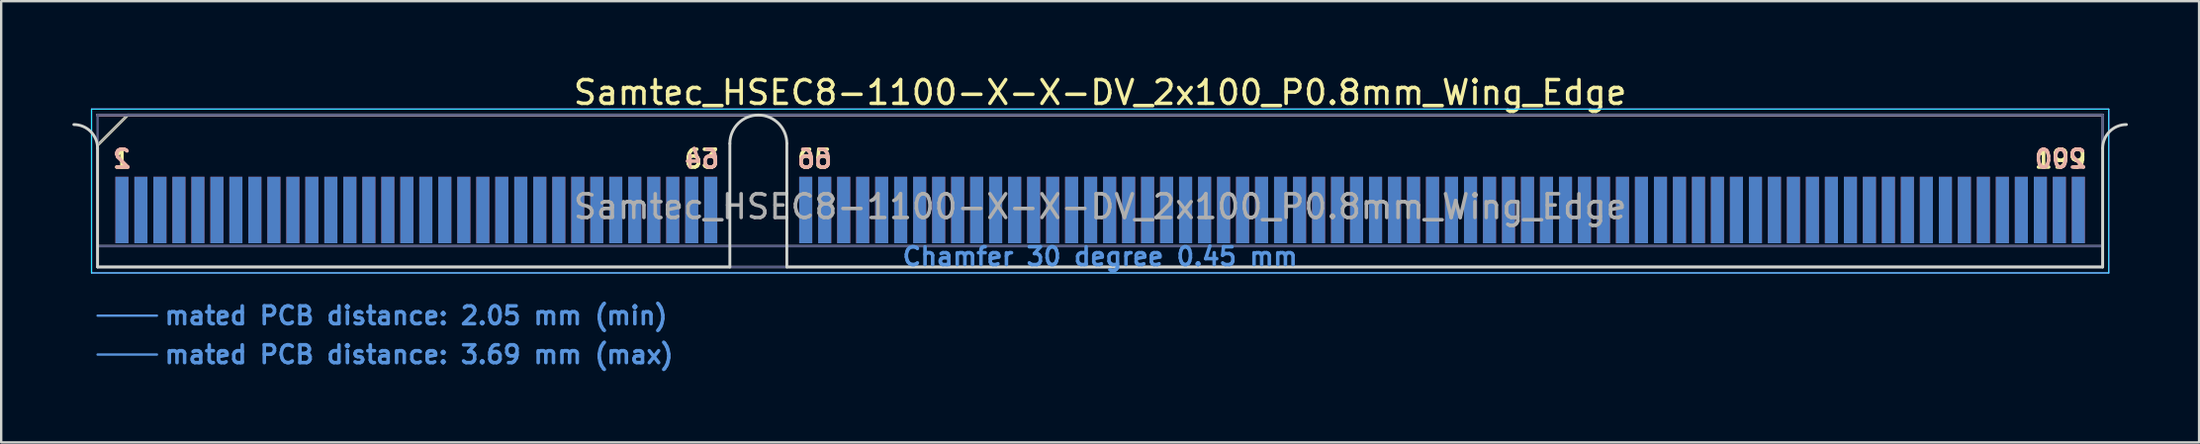
<source format=kicad_pcb>
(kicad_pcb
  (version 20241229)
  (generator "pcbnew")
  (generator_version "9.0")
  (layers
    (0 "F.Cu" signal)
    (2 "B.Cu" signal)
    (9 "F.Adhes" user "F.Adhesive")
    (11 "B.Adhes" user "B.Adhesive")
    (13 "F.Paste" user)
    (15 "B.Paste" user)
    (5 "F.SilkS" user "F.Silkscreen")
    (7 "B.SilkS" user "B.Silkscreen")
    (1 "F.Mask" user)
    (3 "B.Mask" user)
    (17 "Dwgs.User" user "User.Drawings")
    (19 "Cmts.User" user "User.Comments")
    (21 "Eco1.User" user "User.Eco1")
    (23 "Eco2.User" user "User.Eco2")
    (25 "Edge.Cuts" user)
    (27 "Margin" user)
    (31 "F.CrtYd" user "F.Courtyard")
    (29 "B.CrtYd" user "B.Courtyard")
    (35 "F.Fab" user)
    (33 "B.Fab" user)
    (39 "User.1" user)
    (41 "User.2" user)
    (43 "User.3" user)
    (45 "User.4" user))
  (footprint "Samtec_HSEC8-1100-X-X-DV_2x100_P0.8mm_Wing_Edge"
    (layer "F.Cu")
    (at 43.285 8.198)
    (property "Reference" "Samtec_HSEC8-1100-X-X-DV_2x100_P0.8mm_Wing_Edge" (at 0 -7.35 0) (layer "F.SilkS") (effects (font (size 1 1) (thickness 0.15))))
    (attr exclude_from_pos_files exclude_from_bom)
    (fp_line (start -42.225 -5.13) (end -40.955 -6.4) (stroke (width 0.12) (type solid)) (layer "F.SilkS"))
    (fp_line (start -40.955 -6.4) (end 42.225 -6.4) (stroke (width 0.12) (type solid)) (layer "F.SilkS"))
    (fp_line (start -42.225 -6.4) (end -42.225 -6.4) (stroke (width 0.12) (type solid)) (layer "B.SilkS"))
    (fp_line (start -42.225 -6.4) (end 42.225 -6.4) (stroke (width 0.12) (type solid)) (layer "B.SilkS"))
    (fp_line (start -42.225 2.05) (end -39.725 2.05) (stroke (width 0.1) (type solid)) (layer "Cmts.User"))
    (fp_line (start -42.225 3.69) (end -39.725 3.69) (stroke (width 0.1) (type solid)) (layer "Cmts.User"))
    (fp_line (start -42.225 -5) (end -42.225 0) (stroke (width 0.12) (type solid)) (layer "Edge.Cuts"))
    (fp_line (start -42.225 0) (end -15.595 0) (stroke (width 0.12) (type solid)) (layer "Edge.Cuts"))
    (fp_line (start -15.595 0) (end -15.595 -5.2) (stroke (width 0.12) (type solid)) (layer "Edge.Cuts"))
    (fp_line (start -13.195 -5.2) (end -13.195 0) (stroke (width 0.12) (type solid)) (layer "Edge.Cuts"))
    (fp_line (start -13.195 0) (end 42.225 0) (stroke (width 0.12) (type solid)) (layer "Edge.Cuts"))
    (fp_line (start 42.225 0) (end 42.225 -5) (stroke (width 0.12) (type solid)) (layer "Edge.Cuts"))
    (fp_arc (start -43.225 -6) (mid -42.517893 -5.707107) (end -42.225 -5) (stroke (width 0.12) (type solid)) (layer "Edge.Cuts"))
    (fp_arc (start -15.595 -5.2) (mid -14.395 -6.4) (end -13.195 -5.2) (stroke (width 0.12) (type solid)) (layer "Edge.Cuts"))
    (fp_arc (start 42.225 -5) (mid 42.517893 -5.707107) (end 43.225 -6) (stroke (width 0.12) (type solid)) (layer "Edge.Cuts"))
    (fp_line (start -42.48 -6.65) (end -42.48 0.25) (stroke (width 0.05) (type solid)) (layer "B.CrtYd"))
    (fp_line (start -42.48 0.25) (end 42.48 0.25) (stroke (width 0.05) (type solid)) (layer "B.CrtYd"))
    (fp_line (start 42.48 -6.65) (end -42.48 -6.65) (stroke (width 0.05) (type solid)) (layer "B.CrtYd"))
    (fp_line (start 42.48 0.25) (end 42.48 -6.65) (stroke (width 0.05) (type solid)) (layer "B.CrtYd"))
    (fp_line (start -42.48 -6.65) (end -42.48 0.25) (stroke (width 0.05) (type solid)) (layer "F.CrtYd"))
    (fp_line (start -42.48 0.25) (end 42.48 0.25) (stroke (width 0.05) (type solid)) (layer "F.CrtYd"))
    (fp_line (start 42.48 -6.65) (end -42.48 -6.65) (stroke (width 0.05) (type solid)) (layer "F.CrtYd"))
    (fp_line (start 42.48 0.25) (end 42.48 -6.65) (stroke (width 0.05) (type solid)) (layer "F.CrtYd"))
    (fp_line (start -42.225 -6.4) (end -42.225 -6.4) (stroke (width 0.1) (type solid)) (layer "B.Fab"))
    (fp_line (start -42.225 -6.4) (end -42.225 0) (stroke (width 0.1) (type solid)) (layer "B.Fab"))
    (fp_line (start -42.225 -6.4) (end 42.225 -6.4) (stroke (width 0.1) (type solid)) (layer "B.Fab"))
    (fp_line (start -42.225 -0.88) (end 42.225 -0.88) (stroke (width 0.1) (type solid)) (layer "B.Fab"))
    (fp_line (start -42.225 0) (end 42.225 0) (stroke (width 0.1) (type solid)) (layer "B.Fab"))
    (fp_line (start 42.225 -6.4) (end 42.225 0) (stroke (width 0.1) (type solid)) (layer "B.Fab"))
    (fp_line (start -42.225 -5.13) (end -42.225 0) (stroke (width 0.1) (type solid)) (layer "F.Fab"))
    (fp_line (start -42.225 -5.13) (end -40.955 -6.4) (stroke (width 0.1) (type solid)) (layer "F.Fab"))
    (fp_line (start -42.225 -0.88) (end 42.225 -0.88) (stroke (width 0.1) (type solid)) (layer "F.Fab"))
    (fp_line (start -42.225 0) (end 42.225 0) (stroke (width 0.1) (type solid)) (layer "F.Fab"))
    (fp_line (start -40.955 -6.4) (end 42.225 -6.4) (stroke (width 0.1) (type solid)) (layer "F.Fab"))
    (fp_line (start 42.225 -6.4) (end 42.225 0) (stroke (width 0.1) (type solid)) (layer "F.Fab"))
    (fp_text user "65" (at -12.025 -4.55 0) (layer "F.SilkS") (effects (font (size 0.75 0.75) (thickness 0.15))))
    (fp_text user "63" (at -16.775 -4.55 0) (layer "F.SilkS") (effects (font (size 0.75 0.75) (thickness 0.15))))
    (fp_text user "199" (at 40.45 -4.55 0) (layer "F.SilkS") (effects (font (size 0.75 0.75) (thickness 0.15))))
    (fp_text user "1" (at -41.2 -4.55 0) (layer "F.SilkS") (effects (font (size 0.75 0.75) (thickness 0.15))))
    (fp_text user "2" (at -41.2 -4.55 0) (layer "B.SilkS") (effects (font (size 0.75 0.75) (thickness 0.15)) (justify mirror)))
    (fp_text user "200" (at 40.45 -4.55 0) (layer "B.SilkS") (effects (font (size 0.75 0.75) (thickness 0.15)) (justify mirror)))
    (fp_text user "66" (at -12.025 -4.55 0) (layer "B.SilkS") (effects (font (size 0.75 0.75) (thickness 0.15)) (justify mirror)))
    (fp_text user "64" (at -16.775 -4.55 0) (layer "B.SilkS") (effects (font (size 0.75 0.75) (thickness 0.15)) (justify mirror)))
    (fp_text user "Chamfer 30 degree 0.45 mm" (at 0 -0.44 0) (layer "Cmts.User") (effects (font (size 0.75 0.75) (thickness 0.15))))
    (fp_text user "mated PCB distance: 3.69 mm (max)" (at -39.48 3.69 0) (layer "Cmts.User") (effects (font (size 0.75 0.75) (thickness 0.15)) (justify left)))
    (fp_text user "mated PCB distance: 2.05 mm (min)" (at -39.48 2.05 0) (layer "Cmts.User") (effects (font (size 0.75 0.75) (thickness 0.15)) (justify left)))
    (fp_text user "${REFERENCE}" (at 0 -2.54 0) (layer "F.Fab") (effects (font (size 1 1) (thickness 0.15))))
    (pad "1" connect rect (at -41.2 -2.4) (size 0.55 2.8) (layers "F.Cu" "F.Mask"))
    (pad "2" connect rect (at -41.2 -2.4) (size 0.55 2.8) (layers "B.Cu" "B.Mask"))
    (pad "3" connect rect (at -40.4 -2.4) (size 0.55 2.8) (layers "F.Cu" "F.Mask"))
    (pad "4" connect rect (at -40.4 -2.4) (size 0.55 2.8) (layers "B.Cu" "B.Mask"))
    (pad "5" connect rect (at -39.6 -2.4) (size 0.55 2.8) (layers "F.Cu" "F.Mask"))
    (pad "6" connect rect (at -39.6 -2.4) (size 0.55 2.8) (layers "B.Cu" "B.Mask"))
    (pad "7" connect rect (at -38.8 -2.4) (size 0.55 2.8) (layers "F.Cu" "F.Mask"))
    (pad "8" connect rect (at -38.8 -2.4) (size 0.55 2.8) (layers "B.Cu" "B.Mask"))
    (pad "9" connect rect (at -38 -2.4) (size 0.55 2.8) (layers "F.Cu" "F.Mask"))
    (pad "10" connect rect (at -38 -2.4) (size 0.55 2.8) (layers "B.Cu" "B.Mask"))
    (pad "11" connect rect (at -37.2 -2.4) (size 0.55 2.8) (layers "F.Cu" "F.Mask"))
    (pad "12" connect rect (at -37.2 -2.4) (size 0.55 2.8) (layers "B.Cu" "B.Mask"))
    (pad "13" connect rect (at -36.4 -2.4) (size 0.55 2.8) (layers "F.Cu" "F.Mask"))
    (pad "14" connect rect (at -36.4 -2.4) (size 0.55 2.8) (layers "B.Cu" "B.Mask"))
    (pad "15" connect rect (at -35.6 -2.4) (size 0.55 2.8) (layers "F.Cu" "F.Mask"))
    (pad "16" connect rect (at -35.6 -2.4) (size 0.55 2.8) (layers "B.Cu" "B.Mask"))
    (pad "17" connect rect (at -34.8 -2.4) (size 0.55 2.8) (layers "F.Cu" "F.Mask"))
    (pad "18" connect rect (at -34.8 -2.4) (size 0.55 2.8) (layers "B.Cu" "B.Mask"))
    (pad "19" connect rect (at -34 -2.4) (size 0.55 2.8) (layers "F.Cu" "F.Mask"))
    (pad "20" connect rect (at -34 -2.4) (size 0.55 2.8) (layers "B.Cu" "B.Mask"))
    (pad "21" connect rect (at -33.2 -2.4) (size 0.55 2.8) (layers "F.Cu" "F.Mask"))
    (pad "22" connect rect (at -33.2 -2.4) (size 0.55 2.8) (layers "B.Cu" "B.Mask"))
    (pad "23" connect rect (at -32.4 -2.4) (size 0.55 2.8) (layers "F.Cu" "F.Mask"))
    (pad "24" connect rect (at -32.4 -2.4) (size 0.55 2.8) (layers "B.Cu" "B.Mask"))
    (pad "25" connect rect (at -31.6 -2.4) (size 0.55 2.8) (layers "F.Cu" "F.Mask"))
    (pad "26" connect rect (at -31.6 -2.4) (size 0.55 2.8) (layers "B.Cu" "B.Mask"))
    (pad "27" connect rect (at -30.8 -2.4) (size 0.55 2.8) (layers "F.Cu" "F.Mask"))
    (pad "28" connect rect (at -30.8 -2.4) (size 0.55 2.8) (layers "B.Cu" "B.Mask"))
    (pad "29" connect rect (at -30 -2.4) (size 0.55 2.8) (layers "F.Cu" "F.Mask"))
    (pad "30" connect rect (at -30 -2.4) (size 0.55 2.8) (layers "B.Cu" "B.Mask"))
    (pad "31" connect rect (at -29.2 -2.4) (size 0.55 2.8) (layers "F.Cu" "F.Mask"))
    (pad "32" connect rect (at -29.2 -2.4) (size 0.55 2.8) (layers "B.Cu" "B.Mask"))
    (pad "33" connect rect (at -28.4 -2.4) (size 0.55 2.8) (layers "F.Cu" "F.Mask"))
    (pad "34" connect rect (at -28.4 -2.4) (size 0.55 2.8) (layers "B.Cu" "B.Mask"))
    (pad "35" connect rect (at -27.6 -2.4) (size 0.55 2.8) (layers "F.Cu" "F.Mask"))
    (pad "36" connect rect (at -27.6 -2.4) (size 0.55 2.8) (layers "B.Cu" "B.Mask"))
    (pad "37" connect rect (at -26.8 -2.4) (size 0.55 2.8) (layers "F.Cu" "F.Mask"))
    (pad "38" connect rect (at -26.8 -2.4) (size 0.55 2.8) (layers "B.Cu" "B.Mask"))
    (pad "39" connect rect (at -26 -2.4) (size 0.55 2.8) (layers "F.Cu" "F.Mask"))
    (pad "40" connect rect (at -26 -2.4) (size 0.55 2.8) (layers "B.Cu" "B.Mask"))
    (pad "41" connect rect (at -25.2 -2.4) (size 0.55 2.8) (layers "F.Cu" "F.Mask"))
    (pad "42" connect rect (at -25.2 -2.4) (size 0.55 2.8) (layers "B.Cu" "B.Mask"))
    (pad "43" connect rect (at -24.4 -2.4) (size 0.55 2.8) (layers "F.Cu" "F.Mask"))
    (pad "44" connect rect (at -24.4 -2.4) (size 0.55 2.8) (layers "B.Cu" "B.Mask"))
    (pad "45" connect rect (at -23.6 -2.4) (size 0.55 2.8) (layers "F.Cu" "F.Mask"))
    (pad "46" connect rect (at -23.6 -2.4) (size 0.55 2.8) (layers "B.Cu" "B.Mask"))
    (pad "47" connect rect (at -22.8 -2.4) (size 0.55 2.8) (layers "F.Cu" "F.Mask"))
    (pad "48" connect rect (at -22.8 -2.4) (size 0.55 2.8) (layers "B.Cu" "B.Mask"))
    (pad "49" connect rect (at -22 -2.4) (size 0.55 2.8) (layers "F.Cu" "F.Mask"))
    (pad "50" connect rect (at -22 -2.4) (size 0.55 2.8) (layers "B.Cu" "B.Mask"))
    (pad "51" connect rect (at -21.2 -2.4) (size 0.55 2.8) (layers "F.Cu" "F.Mask"))
    (pad "52" connect rect (at -21.2 -2.4) (size 0.55 2.8) (layers "B.Cu" "B.Mask"))
    (pad "53" connect rect (at -20.4 -2.4) (size 0.55 2.8) (layers "F.Cu" "F.Mask"))
    (pad "54" connect rect (at -20.4 -2.4) (size 0.55 2.8) (layers "B.Cu" "B.Mask"))
    (pad "55" connect rect (at -19.6 -2.4) (size 0.55 2.8) (layers "F.Cu" "F.Mask"))
    (pad "56" connect rect (at -19.6 -2.4) (size 0.55 2.8) (layers "B.Cu" "B.Mask"))
    (pad "57" connect rect (at -18.8 -2.4) (size 0.55 2.8) (layers "F.Cu" "F.Mask"))
    (pad "58" connect rect (at -18.8 -2.4) (size 0.55 2.8) (layers "B.Cu" "B.Mask"))
    (pad "59" connect rect (at -18 -2.4) (size 0.55 2.8) (layers "F.Cu" "F.Mask"))
    (pad "60" connect rect (at -18 -2.4) (size 0.55 2.8) (layers "B.Cu" "B.Mask"))
    (pad "61" connect rect (at -17.2 -2.4) (size 0.55 2.8) (layers "F.Cu" "F.Mask"))
    (pad "62" connect rect (at -17.2 -2.4) (size 0.55 2.8) (layers "B.Cu" "B.Mask"))
    (pad "63" connect rect (at -16.4 -2.4) (size 0.55 2.8) (layers "F.Cu" "F.Mask"))
    (pad "64" connect rect (at -16.4 -2.4) (size 0.55 2.8) (layers "B.Cu" "B.Mask"))
    (pad "65" connect rect (at -12.4 -2.4) (size 0.55 2.8) (layers "F.Cu" "F.Mask"))
    (pad "66" connect rect (at -12.4 -2.4) (size 0.55 2.8) (layers "B.Cu" "B.Mask"))
    (pad "67" connect rect (at -11.6 -2.4) (size 0.55 2.8) (layers "F.Cu" "F.Mask"))
    (pad "68" connect rect (at -11.6 -2.4) (size 0.55 2.8) (layers "B.Cu" "B.Mask"))
    (pad "69" connect rect (at -10.8 -2.4) (size 0.55 2.8) (layers "F.Cu" "F.Mask"))
    (pad "70" connect rect (at -10.8 -2.4) (size 0.55 2.8) (layers "B.Cu" "B.Mask"))
    (pad "71" connect rect (at -10 -2.4) (size 0.55 2.8) (layers "F.Cu" "F.Mask"))
    (pad "72" connect rect (at -10 -2.4) (size 0.55 2.8) (layers "B.Cu" "B.Mask"))
    (pad "73" connect rect (at -9.2 -2.4) (size 0.55 2.8) (layers "F.Cu" "F.Mask"))
    (pad "74" connect rect (at -9.2 -2.4) (size 0.55 2.8) (layers "B.Cu" "B.Mask"))
    (pad "75" connect rect (at -8.4 -2.4) (size 0.55 2.8) (layers "F.Cu" "F.Mask"))
    (pad "76" connect rect (at -8.4 -2.4) (size 0.55 2.8) (layers "B.Cu" "B.Mask"))
    (pad "77" connect rect (at -7.6 -2.4) (size 0.55 2.8) (layers "F.Cu" "F.Mask"))
    (pad "78" connect rect (at -7.6 -2.4) (size 0.55 2.8) (layers "B.Cu" "B.Mask"))
    (pad "79" connect rect (at -6.8 -2.4) (size 0.55 2.8) (layers "F.Cu" "F.Mask"))
    (pad "80" connect rect (at -6.8 -2.4) (size 0.55 2.8) (layers "B.Cu" "B.Mask"))
    (pad "81" connect rect (at -6 -2.4) (size 0.55 2.8) (layers "F.Cu" "F.Mask"))
    (pad "82" connect rect (at -6 -2.4) (size 0.55 2.8) (layers "B.Cu" "B.Mask"))
    (pad "83" connect rect (at -5.2 -2.4) (size 0.55 2.8) (layers "F.Cu" "F.Mask"))
    (pad "84" connect rect (at -5.2 -2.4) (size 0.55 2.8) (layers "B.Cu" "B.Mask"))
    (pad "85" connect rect (at -4.4 -2.4) (size 0.55 2.8) (layers "F.Cu" "F.Mask"))
    (pad "86" connect rect (at -4.4 -2.4) (size 0.55 2.8) (layers "B.Cu" "B.Mask"))
    (pad "87" connect rect (at -3.6 -2.4) (size 0.55 2.8) (layers "F.Cu" "F.Mask"))
    (pad "88" connect rect (at -3.6 -2.4) (size 0.55 2.8) (layers "B.Cu" "B.Mask"))
    (pad "89" connect rect (at -2.8 -2.4) (size 0.55 2.8) (layers "F.Cu" "F.Mask"))
    (pad "90" connect rect (at -2.8 -2.4) (size 0.55 2.8) (layers "B.Cu" "B.Mask"))
    (pad "91" connect rect (at -2 -2.4) (size 0.55 2.8) (layers "F.Cu" "F.Mask"))
    (pad "92" connect rect (at -2 -2.4) (size 0.55 2.8) (layers "B.Cu" "B.Mask"))
    (pad "93" connect rect (at -1.2 -2.4) (size 0.55 2.8) (layers "F.Cu" "F.Mask"))
    (pad "94" connect rect (at -1.2 -2.4) (size 0.55 2.8) (layers "B.Cu" "B.Mask"))
    (pad "95" connect rect (at -0.4 -2.4) (size 0.55 2.8) (layers "F.Cu" "F.Mask"))
    (pad "96" connect rect (at -0.4 -2.4) (size 0.55 2.8) (layers "B.Cu" "B.Mask"))
    (pad "97" connect rect (at 0.4 -2.4) (size 0.55 2.8) (layers "F.Cu" "F.Mask"))
    (pad "98" connect rect (at 0.4 -2.4) (size 0.55 2.8) (layers "B.Cu" "B.Mask"))
    (pad "99" connect rect (at 1.2 -2.4) (size 0.55 2.8) (layers "F.Cu" "F.Mask"))
    (pad "100" connect rect (at 1.2 -2.4) (size 0.55 2.8) (layers "B.Cu" "B.Mask"))
    (pad "101" connect rect (at 2 -2.4) (size 0.55 2.8) (layers "F.Cu" "F.Mask"))
    (pad "102" connect rect (at 2 -2.4) (size 0.55 2.8) (layers "B.Cu" "B.Mask"))
    (pad "103" connect rect (at 2.8 -2.4) (size 0.55 2.8) (layers "F.Cu" "F.Mask"))
    (pad "104" connect rect (at 2.8 -2.4) (size 0.55 2.8) (layers "B.Cu" "B.Mask"))
    (pad "105" connect rect (at 3.6 -2.4) (size 0.55 2.8) (layers "F.Cu" "F.Mask"))
    (pad "106" connect rect (at 3.6 -2.4) (size 0.55 2.8) (layers "B.Cu" "B.Mask"))
    (pad "107" connect rect (at 4.4 -2.4) (size 0.55 2.8) (layers "F.Cu" "F.Mask"))
    (pad "108" connect rect (at 4.4 -2.4) (size 0.55 2.8) (layers "B.Cu" "B.Mask"))
    (pad "109" connect rect (at 5.2 -2.4) (size 0.55 2.8) (layers "F.Cu" "F.Mask"))
    (pad "110" connect rect (at 5.2 -2.4) (size 0.55 2.8) (layers "B.Cu" "B.Mask"))
    (pad "111" connect rect (at 6 -2.4) (size 0.55 2.8) (layers "F.Cu" "F.Mask"))
    (pad "112" connect rect (at 6 -2.4) (size 0.55 2.8) (layers "B.Cu" "B.Mask"))
    (pad "113" connect rect (at 6.8 -2.4) (size 0.55 2.8) (layers "F.Cu" "F.Mask"))
    (pad "114" connect rect (at 6.8 -2.4) (size 0.55 2.8) (layers "B.Cu" "B.Mask"))
    (pad "115" connect rect (at 7.6 -2.4) (size 0.55 2.8) (layers "F.Cu" "F.Mask"))
    (pad "116" connect rect (at 7.6 -2.4) (size 0.55 2.8) (layers "B.Cu" "B.Mask"))
    (pad "117" connect rect (at 8.4 -2.4) (size 0.55 2.8) (layers "F.Cu" "F.Mask"))
    (pad "118" connect rect (at 8.4 -2.4) (size 0.55 2.8) (layers "B.Cu" "B.Mask"))
    (pad "119" connect rect (at 9.2 -2.4) (size 0.55 2.8) (layers "F.Cu" "F.Mask"))
    (pad "120" connect rect (at 9.2 -2.4) (size 0.55 2.8) (layers "B.Cu" "B.Mask"))
    (pad "121" connect rect (at 10 -2.4) (size 0.55 2.8) (layers "F.Cu" "F.Mask"))
    (pad "122" connect rect (at 10 -2.4) (size 0.55 2.8) (layers "B.Cu" "B.Mask"))
    (pad "123" connect rect (at 10.8 -2.4) (size 0.55 2.8) (layers "F.Cu" "F.Mask"))
    (pad "124" connect rect (at 10.8 -2.4) (size 0.55 2.8) (layers "B.Cu" "B.Mask"))
    (pad "125" connect rect (at 11.6 -2.4) (size 0.55 2.8) (layers "F.Cu" "F.Mask"))
    (pad "126" connect rect (at 11.6 -2.4) (size 0.55 2.8) (layers "B.Cu" "B.Mask"))
    (pad "127" connect rect (at 12.4 -2.4) (size 0.55 2.8) (layers "F.Cu" "F.Mask"))
    (pad "128" connect rect (at 12.4 -2.4) (size 0.55 2.8) (layers "B.Cu" "B.Mask"))
    (pad "129" connect rect (at 13.2 -2.4) (size 0.55 2.8) (layers "F.Cu" "F.Mask"))
    (pad "130" connect rect (at 13.2 -2.4) (size 0.55 2.8) (layers "B.Cu" "B.Mask"))
    (pad "131" connect rect (at 14 -2.4) (size 0.55 2.8) (layers "F.Cu" "F.Mask"))
    (pad "132" connect rect (at 14 -2.4) (size 0.55 2.8) (layers "B.Cu" "B.Mask"))
    (pad "133" connect rect (at 14.8 -2.4) (size 0.55 2.8) (layers "F.Cu" "F.Mask"))
    (pad "134" connect rect (at 14.8 -2.4) (size 0.55 2.8) (layers "B.Cu" "B.Mask"))
    (pad "135" connect rect (at 15.6 -2.4) (size 0.55 2.8) (layers "F.Cu" "F.Mask"))
    (pad "136" connect rect (at 15.6 -2.4) (size 0.55 2.8) (layers "B.Cu" "B.Mask"))
    (pad "137" connect rect (at 16.4 -2.4) (size 0.55 2.8) (layers "F.Cu" "F.Mask"))
    (pad "138" connect rect (at 16.4 -2.4) (size 0.55 2.8) (layers "B.Cu" "B.Mask"))
    (pad "139" connect rect (at 17.2 -2.4) (size 0.55 2.8) (layers "F.Cu" "F.Mask"))
    (pad "140" connect rect (at 17.2 -2.4) (size 0.55 2.8) (layers "B.Cu" "B.Mask"))
    (pad "141" connect rect (at 18 -2.4) (size 0.55 2.8) (layers "F.Cu" "F.Mask"))
    (pad "142" connect rect (at 18 -2.4) (size 0.55 2.8) (layers "B.Cu" "B.Mask"))
    (pad "143" connect rect (at 18.8 -2.4) (size 0.55 2.8) (layers "F.Cu" "F.Mask"))
    (pad "144" connect rect (at 18.8 -2.4) (size 0.55 2.8) (layers "B.Cu" "B.Mask"))
    (pad "145" connect rect (at 19.6 -2.4) (size 0.55 2.8) (layers "F.Cu" "F.Mask"))
    (pad "146" connect rect (at 19.6 -2.4) (size 0.55 2.8) (layers "B.Cu" "B.Mask"))
    (pad "147" connect rect (at 20.4 -2.4) (size 0.55 2.8) (layers "F.Cu" "F.Mask"))
    (pad "148" connect rect (at 20.4 -2.4) (size 0.55 2.8) (layers "B.Cu" "B.Mask"))
    (pad "149" connect rect (at 21.2 -2.4) (size 0.55 2.8) (layers "F.Cu" "F.Mask"))
    (pad "150" connect rect (at 21.2 -2.4) (size 0.55 2.8) (layers "B.Cu" "B.Mask"))
    (pad "151" connect rect (at 22 -2.4) (size 0.55 2.8) (layers "F.Cu" "F.Mask"))
    (pad "152" connect rect (at 22 -2.4) (size 0.55 2.8) (layers "B.Cu" "B.Mask"))
    (pad "153" connect rect (at 22.8 -2.4) (size 0.55 2.8) (layers "F.Cu" "F.Mask"))
    (pad "154" connect rect (at 22.8 -2.4) (size 0.55 2.8) (layers "B.Cu" "B.Mask"))
    (pad "155" connect rect (at 23.6 -2.4) (size 0.55 2.8) (layers "F.Cu" "F.Mask"))
    (pad "156" connect rect (at 23.6 -2.4) (size 0.55 2.8) (layers "B.Cu" "B.Mask"))
    (pad "157" connect rect (at 24.4 -2.4) (size 0.55 2.8) (layers "F.Cu" "F.Mask"))
    (pad "158" connect rect (at 24.4 -2.4) (size 0.55 2.8) (layers "B.Cu" "B.Mask"))
    (pad "159" connect rect (at 25.2 -2.4) (size 0.55 2.8) (layers "F.Cu" "F.Mask"))
    (pad "160" connect rect (at 25.2 -2.4) (size 0.55 2.8) (layers "B.Cu" "B.Mask"))
    (pad "161" connect rect (at 26 -2.4) (size 0.55 2.8) (layers "F.Cu" "F.Mask"))
    (pad "162" connect rect (at 26 -2.4) (size 0.55 2.8) (layers "B.Cu" "B.Mask"))
    (pad "163" connect rect (at 26.8 -2.4) (size 0.55 2.8) (layers "F.Cu" "F.Mask"))
    (pad "164" connect rect (at 26.8 -2.4) (size 0.55 2.8) (layers "B.Cu" "B.Mask"))
    (pad "165" connect rect (at 27.6 -2.4) (size 0.55 2.8) (layers "F.Cu" "F.Mask"))
    (pad "166" connect rect (at 27.6 -2.4) (size 0.55 2.8) (layers "B.Cu" "B.Mask"))
    (pad "167" connect rect (at 28.4 -2.4) (size 0.55 2.8) (layers "F.Cu" "F.Mask"))
    (pad "168" connect rect (at 28.4 -2.4) (size 0.55 2.8) (layers "B.Cu" "B.Mask"))
    (pad "169" connect rect (at 29.2 -2.4) (size 0.55 2.8) (layers "F.Cu" "F.Mask"))
    (pad "170" connect rect (at 29.2 -2.4) (size 0.55 2.8) (layers "B.Cu" "B.Mask"))
    (pad "171" connect rect (at 30 -2.4) (size 0.55 2.8) (layers "F.Cu" "F.Mask"))
    (pad "172" connect rect (at 30 -2.4) (size 0.55 2.8) (layers "B.Cu" "B.Mask"))
    (pad "173" connect rect (at 30.8 -2.4) (size 0.55 2.8) (layers "F.Cu" "F.Mask"))
    (pad "174" connect rect (at 30.8 -2.4) (size 0.55 2.8) (layers "B.Cu" "B.Mask"))
    (pad "175" connect rect (at 31.6 -2.4) (size 0.55 2.8) (layers "F.Cu" "F.Mask"))
    (pad "176" connect rect (at 31.6 -2.4) (size 0.55 2.8) (layers "B.Cu" "B.Mask"))
    (pad "177" connect rect (at 32.4 -2.4) (size 0.55 2.8) (layers "F.Cu" "F.Mask"))
    (pad "178" connect rect (at 32.4 -2.4) (size 0.55 2.8) (layers "B.Cu" "B.Mask"))
    (pad "179" connect rect (at 33.2 -2.4) (size 0.55 2.8) (layers "F.Cu" "F.Mask"))
    (pad "180" connect rect (at 33.2 -2.4) (size 0.55 2.8) (layers "B.Cu" "B.Mask"))
    (pad "181" connect rect (at 34 -2.4) (size 0.55 2.8) (layers "F.Cu" "F.Mask"))
    (pad "182" connect rect (at 34 -2.4) (size 0.55 2.8) (layers "B.Cu" "B.Mask"))
    (pad "183" connect rect (at 34.8 -2.4) (size 0.55 2.8) (layers "F.Cu" "F.Mask"))
    (pad "184" connect rect (at 34.8 -2.4) (size 0.55 2.8) (layers "B.Cu" "B.Mask"))
    (pad "185" connect rect (at 35.6 -2.4) (size 0.55 2.8) (layers "F.Cu" "F.Mask"))
    (pad "186" connect rect (at 35.6 -2.4) (size 0.55 2.8) (layers "B.Cu" "B.Mask"))
    (pad "187" connect rect (at 36.4 -2.4) (size 0.55 2.8) (layers "F.Cu" "F.Mask"))
    (pad "188" connect rect (at 36.4 -2.4) (size 0.55 2.8) (layers "B.Cu" "B.Mask"))
    (pad "189" connect rect (at 37.2 -2.4) (size 0.55 2.8) (layers "F.Cu" "F.Mask"))
    (pad "190" connect rect (at 37.2 -2.4) (size 0.55 2.8) (layers "B.Cu" "B.Mask"))
    (pad "191" connect rect (at 38 -2.4) (size 0.55 2.8) (layers "F.Cu" "F.Mask"))
    (pad "192" connect rect (at 38 -2.4) (size 0.55 2.8) (layers "B.Cu" "B.Mask"))
    (pad "193" connect rect (at 38.8 -2.4) (size 0.55 2.8) (layers "F.Cu" "F.Mask"))
    (pad "194" connect rect (at 38.8 -2.4) (size 0.55 2.8) (layers "B.Cu" "B.Mask"))
    (pad "195" connect rect (at 39.6 -2.4) (size 0.55 2.8) (layers "F.Cu" "F.Mask"))
    (pad "196" connect rect (at 39.6 -2.4) (size 0.55 2.8) (layers "B.Cu" "B.Mask"))
    (pad "197" connect rect (at 40.4 -2.4) (size 0.55 2.8) (layers "F.Cu" "F.Mask"))
    (pad "198" connect rect (at 40.4 -2.4) (size 0.55 2.8) (layers "B.Cu" "B.Mask"))
    (pad "199" connect rect (at 41.2 -2.4) (size 0.55 2.8) (layers "F.Cu" "F.Mask"))
    (pad "200" connect rect (at 41.2 -2.4) (size 0.55 2.8) (layers "B.Cu" "B.Mask")))
  (gr_rect
    (start -3 -3)
    (end 89.57 15.59)
    (stroke (width 0.1) (type default))
    (fill no)
    (layer "Edge.Cuts")))
</source>
